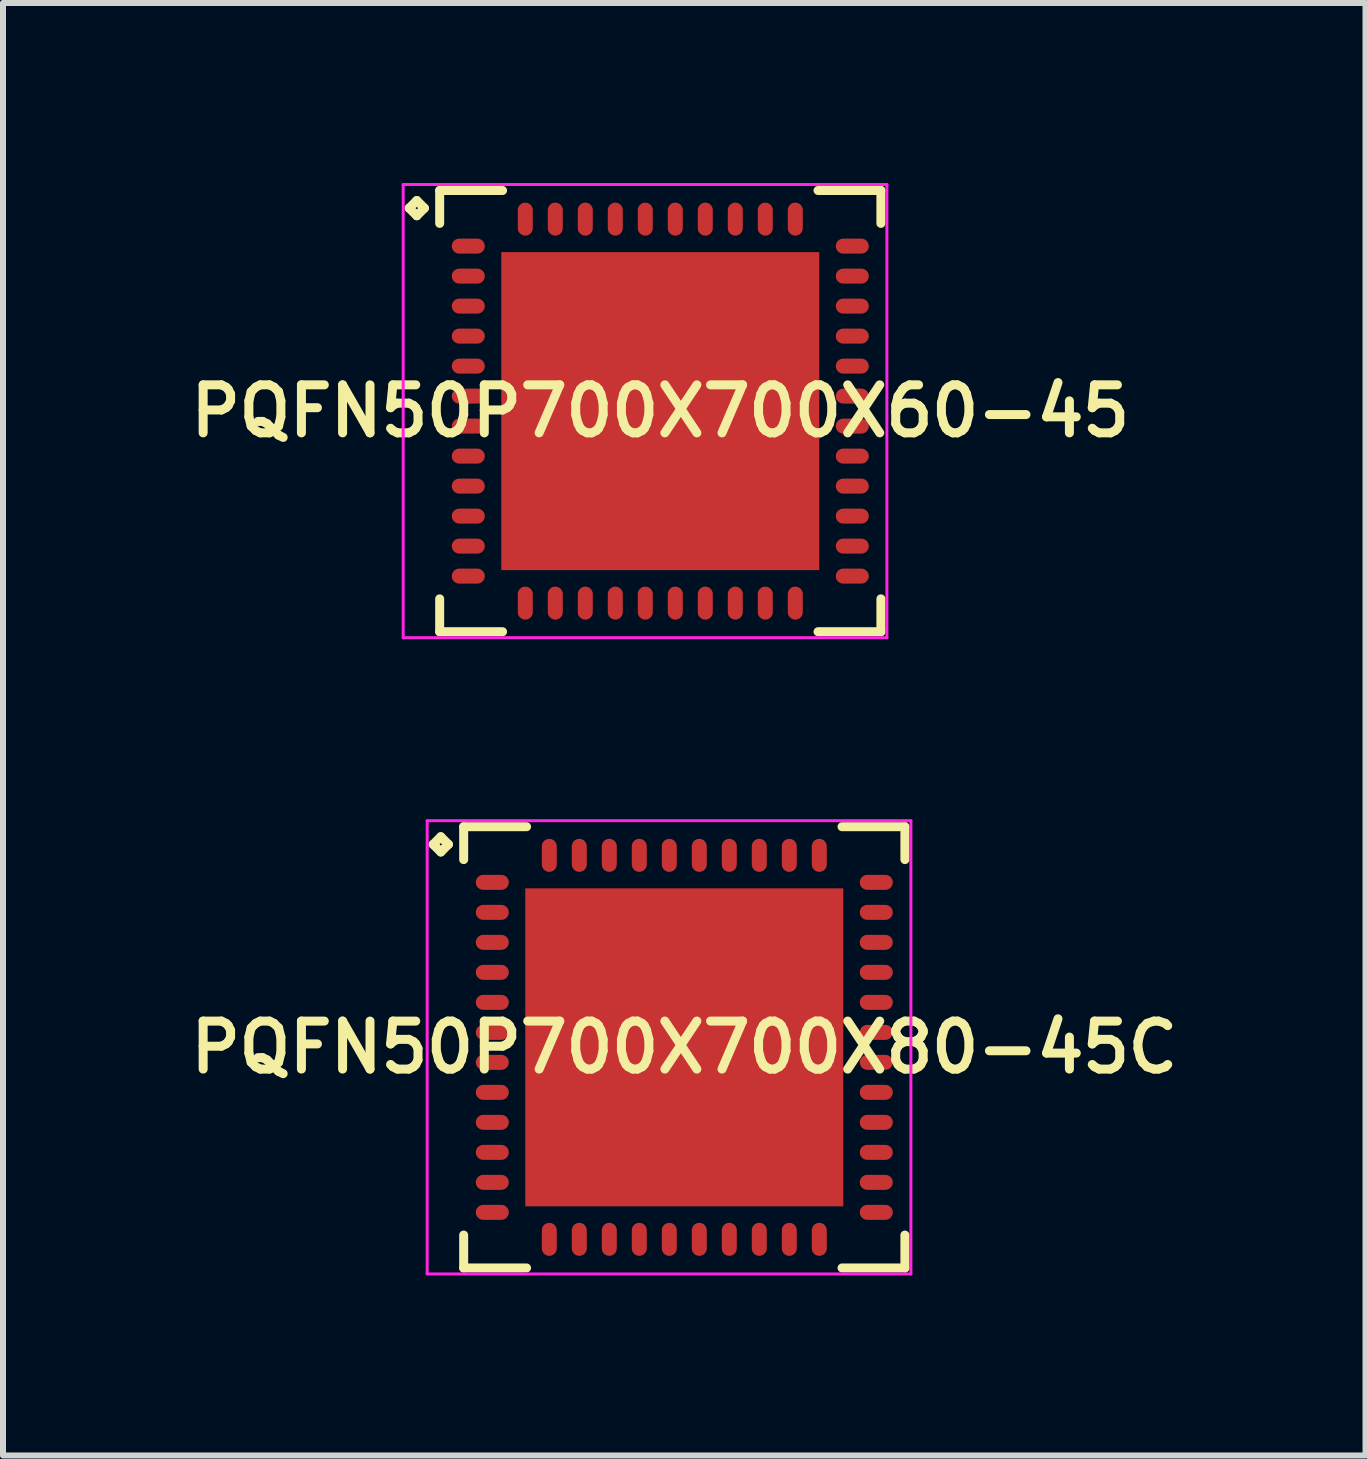
<source format=kicad_pcb>
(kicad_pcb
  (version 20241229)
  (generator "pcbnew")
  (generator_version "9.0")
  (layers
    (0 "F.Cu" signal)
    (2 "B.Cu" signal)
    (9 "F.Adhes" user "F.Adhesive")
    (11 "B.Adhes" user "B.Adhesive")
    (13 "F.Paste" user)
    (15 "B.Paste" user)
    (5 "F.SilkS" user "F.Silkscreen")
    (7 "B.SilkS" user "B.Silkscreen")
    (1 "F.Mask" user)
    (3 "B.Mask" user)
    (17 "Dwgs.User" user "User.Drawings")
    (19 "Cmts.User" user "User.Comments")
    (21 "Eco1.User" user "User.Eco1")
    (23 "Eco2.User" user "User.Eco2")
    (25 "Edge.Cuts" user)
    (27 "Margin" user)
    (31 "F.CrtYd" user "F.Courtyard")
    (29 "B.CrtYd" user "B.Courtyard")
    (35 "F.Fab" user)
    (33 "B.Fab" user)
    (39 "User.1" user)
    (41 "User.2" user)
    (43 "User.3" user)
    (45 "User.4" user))
  (footprint "PQFN50P700X700X80-45C"
    (layer "F.Cu")
    (at 8.355 14.406)
    (property "Reference" "PQFN50P700X700X80-45C" (at 0 0 0) (layer "F.SilkS") (effects (font (size 0.8 0.8) (thickness 0.15))))
    (attr smd)
    (fp_line (start -4.185 -3.383) (end -4.058 -3.51) (stroke (width 0.15) (type solid)) (layer "F.SilkS"))
    (fp_line (start -4.058 -3.51) (end -3.931 -3.383) (stroke (width 0.15) (type solid)) (layer "F.SilkS"))
    (fp_line (start -4.058 -3.256) (end -4.185 -3.383) (stroke (width 0.15) (type solid)) (layer "F.SilkS"))
    (fp_line (start -3.931 -3.383) (end -4.058 -3.256) (stroke (width 0.15) (type solid)) (layer "F.SilkS"))
    (fp_line (start -3.677 -3.677) (end -2.629 -3.677) (stroke (width 0.15) (type solid)) (layer "F.SilkS"))
    (fp_line (start -3.677 -3.129) (end -3.677 -3.677) (stroke (width 0.15) (type solid)) (layer "F.SilkS"))
    (fp_line (start -3.677 3.129) (end -3.677 3.677) (stroke (width 0.15) (type solid)) (layer "F.SilkS"))
    (fp_line (start -3.677 3.677) (end -2.629 3.677) (stroke (width 0.15) (type solid)) (layer "F.SilkS"))
    (fp_line (start 2.629 -3.677) (end 3.677 -3.677) (stroke (width 0.15) (type solid)) (layer "F.SilkS"))
    (fp_line (start 2.629 3.677) (end 3.677 3.677) (stroke (width 0.15) (type solid)) (layer "F.SilkS"))
    (fp_line (start 3.677 -3.677) (end 3.677 -3.129) (stroke (width 0.15) (type solid)) (layer "F.SilkS"))
    (fp_line (start 3.677 3.677) (end 3.677 3.129) (stroke (width 0.15) (type solid)) (layer "F.SilkS"))
    (fp_line (start -4.285 -3.777) (end 3.777 -3.777) (stroke (width 0.05) (type solid)) (layer "F.CrtYd"))
    (fp_line (start -4.285 3.777) (end -4.285 -3.777) (stroke (width 0.05) (type solid)) (layer "F.CrtYd"))
    (fp_line (start 3.777 -3.777) (end 3.777 3.777) (stroke (width 0.05) (type solid)) (layer "F.CrtYd"))
    (fp_line (start 3.777 3.777) (end -4.285 3.777) (stroke (width 0.05) (type solid)) (layer "F.CrtYd"))
    (pad "1" smd oval (at -3.2 -2.75) (size 0.55 0.25) (layers "F.Cu" "F.Mask" "F.Paste"))
    (pad "2" smd oval (at -3.2 -2.25) (size 0.55 0.25) (layers "F.Cu" "F.Mask" "F.Paste"))
    (pad "3" smd oval (at -3.2 -1.75) (size 0.55 0.25) (layers "F.Cu" "F.Mask" "F.Paste"))
    (pad "4" smd oval (at -3.2 -1.25) (size 0.55 0.25) (layers "F.Cu" "F.Mask" "F.Paste"))
    (pad "5" smd oval (at -3.2 -0.75) (size 0.55 0.25) (layers "F.Cu" "F.Mask" "F.Paste"))
    (pad "6" smd oval (at -3.2 -0.25) (size 0.55 0.25) (layers "F.Cu" "F.Mask" "F.Paste"))
    (pad "7" smd oval (at -3.2 0.25) (size 0.55 0.25) (layers "F.Cu" "F.Mask" "F.Paste"))
    (pad "8" smd oval (at -3.2 0.75) (size 0.55 0.25) (layers "F.Cu" "F.Mask" "F.Paste"))
    (pad "9" smd oval (at -3.2 1.25) (size 0.55 0.25) (layers "F.Cu" "F.Mask" "F.Paste"))
    (pad "10" smd oval (at -3.2 1.75) (size 0.55 0.25) (layers "F.Cu" "F.Mask" "F.Paste"))
    (pad "11" smd oval (at -3.2 2.25) (size 0.55 0.25) (layers "F.Cu" "F.Mask" "F.Paste"))
    (pad "12" smd oval (at -3.2 2.75) (size 0.55 0.25) (layers "F.Cu" "F.Mask" "F.Paste"))
    (pad "13" smd oval (at -2.25 3.2) (size 0.25 0.55) (layers "F.Cu" "F.Mask" "F.Paste"))
    (pad "14" smd oval (at -1.75 3.2) (size 0.25 0.55) (layers "F.Cu" "F.Mask" "F.Paste"))
    (pad "15" smd oval (at -1.25 3.2) (size 0.25 0.55) (layers "F.Cu" "F.Mask" "F.Paste"))
    (pad "16" smd oval (at -0.75 3.2) (size 0.25 0.55) (layers "F.Cu" "F.Mask" "F.Paste"))
    (pad "17" smd oval (at -0.25 3.2) (size 0.25 0.55) (layers "F.Cu" "F.Mask" "F.Paste"))
    (pad "18" smd oval (at 0.25 3.2) (size 0.25 0.55) (layers "F.Cu" "F.Mask" "F.Paste"))
    (pad "19" smd oval (at 0.75 3.2) (size 0.25 0.55) (layers "F.Cu" "F.Mask" "F.Paste"))
    (pad "20" smd oval (at 1.25 3.2) (size 0.25 0.55) (layers "F.Cu" "F.Mask" "F.Paste"))
    (pad "21" smd oval (at 1.75 3.2) (size 0.25 0.55) (layers "F.Cu" "F.Mask" "F.Paste"))
    (pad "22" smd oval (at 2.25 3.2) (size 0.25 0.55) (layers "F.Cu" "F.Mask" "F.Paste"))
    (pad "23" smd oval (at 3.2 2.75) (size 0.55 0.25) (layers "F.Cu" "F.Mask" "F.Paste"))
    (pad "24" smd oval (at 3.2 2.25) (size 0.55 0.25) (layers "F.Cu" "F.Mask" "F.Paste"))
    (pad "25" smd oval (at 3.2 1.75) (size 0.55 0.25) (layers "F.Cu" "F.Mask" "F.Paste"))
    (pad "26" smd oval (at 3.2 1.25) (size 0.55 0.25) (layers "F.Cu" "F.Mask" "F.Paste"))
    (pad "27" smd oval (at 3.2 0.75) (size 0.55 0.25) (layers "F.Cu" "F.Mask" "F.Paste"))
    (pad "28" smd oval (at 3.2 0.25) (size 0.55 0.25) (layers "F.Cu" "F.Mask" "F.Paste"))
    (pad "29" smd oval (at 3.2 -0.25) (size 0.55 0.25) (layers "F.Cu" "F.Mask" "F.Paste"))
    (pad "30" smd oval (at 3.2 -0.75) (size 0.55 0.25) (layers "F.Cu" "F.Mask" "F.Paste"))
    (pad "31" smd oval (at 3.2 -1.25) (size 0.55 0.25) (layers "F.Cu" "F.Mask" "F.Paste"))
    (pad "32" smd oval (at 3.2 -1.75) (size 0.55 0.25) (layers "F.Cu" "F.Mask" "F.Paste"))
    (pad "33" smd oval (at 3.2 -2.25) (size 0.55 0.25) (layers "F.Cu" "F.Mask" "F.Paste"))
    (pad "34" smd oval (at 3.2 -2.75) (size 0.55 0.25) (layers "F.Cu" "F.Mask" "F.Paste"))
    (pad "35" smd oval (at 2.25 -3.2) (size 0.25 0.55) (layers "F.Cu" "F.Mask" "F.Paste"))
    (pad "36" smd oval (at 1.75 -3.2) (size 0.25 0.55) (layers "F.Cu" "F.Mask" "F.Paste"))
    (pad "37" smd oval (at 1.25 -3.2) (size 0.25 0.55) (layers "F.Cu" "F.Mask" "F.Paste"))
    (pad "38" smd oval (at 0.75 -3.2) (size 0.25 0.55) (layers "F.Cu" "F.Mask" "F.Paste"))
    (pad "39" smd oval (at 0.25 -3.2) (size 0.25 0.55) (layers "F.Cu" "F.Mask" "F.Paste"))
    (pad "40" smd oval (at -0.25 -3.2) (size 0.25 0.55) (layers "F.Cu" "F.Mask" "F.Paste"))
    (pad "41" smd oval (at -0.75 -3.2) (size 0.25 0.55) (layers "F.Cu" "F.Mask" "F.Paste"))
    (pad "42" smd oval (at -1.25 -3.2) (size 0.25 0.55) (layers "F.Cu" "F.Mask" "F.Paste"))
    (pad "43" smd oval (at -1.75 -3.2) (size 0.25 0.55) (layers "F.Cu" "F.Mask" "F.Paste"))
    (pad "44" smd oval (at -2.25 -3.2) (size 0.25 0.55) (layers "F.Cu" "F.Mask" "F.Paste"))
    (pad "45" smd rect (at 0 0) (size 5.3 5.3) (layers "F.Cu" "F.Mask" "F.Paste")))
  (footprint "PQFN50P700X700X60-45"
    (layer "F.Cu")
    (at 7.955 3.802)
    (property "Reference" "PQFN50P700X700X60-45" (at 0 0 0) (layer "F.SilkS") (effects (font (size 0.8 0.8) (thickness 0.15))))
    (attr smd)
    (fp_line (start -4.185 -3.383) (end -4.058 -3.51) (stroke (width 0.15) (type solid)) (layer "F.SilkS"))
    (fp_line (start -4.058 -3.51) (end -3.931 -3.383) (stroke (width 0.15) (type solid)) (layer "F.SilkS"))
    (fp_line (start -4.058 -3.256) (end -4.185 -3.383) (stroke (width 0.15) (type solid)) (layer "F.SilkS"))
    (fp_line (start -3.931 -3.383) (end -4.058 -3.256) (stroke (width 0.15) (type solid)) (layer "F.SilkS"))
    (fp_line (start -3.677 -3.677) (end -2.629 -3.677) (stroke (width 0.15) (type solid)) (layer "F.SilkS"))
    (fp_line (start -3.677 -3.129) (end -3.677 -3.677) (stroke (width 0.15) (type solid)) (layer "F.SilkS"))
    (fp_line (start -3.677 3.129) (end -3.677 3.677) (stroke (width 0.15) (type solid)) (layer "F.SilkS"))
    (fp_line (start -3.677 3.677) (end -2.629 3.677) (stroke (width 0.15) (type solid)) (layer "F.SilkS"))
    (fp_line (start 2.629 -3.677) (end 3.677 -3.677) (stroke (width 0.15) (type solid)) (layer "F.SilkS"))
    (fp_line (start 2.629 3.677) (end 3.677 3.677) (stroke (width 0.15) (type solid)) (layer "F.SilkS"))
    (fp_line (start 3.677 -3.677) (end 3.677 -3.129) (stroke (width 0.15) (type solid)) (layer "F.SilkS"))
    (fp_line (start 3.677 3.677) (end 3.677 3.129) (stroke (width 0.15) (type solid)) (layer "F.SilkS"))
    (fp_line (start -4.285 -3.777) (end 3.777 -3.777) (stroke (width 0.05) (type solid)) (layer "F.CrtYd"))
    (fp_line (start -4.285 3.777) (end -4.285 -3.777) (stroke (width 0.05) (type solid)) (layer "F.CrtYd"))
    (fp_line (start 3.777 -3.777) (end 3.777 3.777) (stroke (width 0.05) (type solid)) (layer "F.CrtYd"))
    (fp_line (start 3.777 3.777) (end -4.285 3.777) (stroke (width 0.05) (type solid)) (layer "F.CrtYd"))
    (pad "1" smd oval (at -3.2 -2.75) (size 0.55 0.25) (layers "F.Cu" "F.Mask" "F.Paste"))
    (pad "2" smd oval (at -3.2 -2.25) (size 0.55 0.25) (layers "F.Cu" "F.Mask" "F.Paste"))
    (pad "3" smd oval (at -3.2 -1.75) (size 0.55 0.25) (layers "F.Cu" "F.Mask" "F.Paste"))
    (pad "4" smd oval (at -3.2 -1.25) (size 0.55 0.25) (layers "F.Cu" "F.Mask" "F.Paste"))
    (pad "5" smd oval (at -3.2 -0.75) (size 0.55 0.25) (layers "F.Cu" "F.Mask" "F.Paste"))
    (pad "6" smd oval (at -3.2 -0.25) (size 0.55 0.25) (layers "F.Cu" "F.Mask" "F.Paste"))
    (pad "7" smd oval (at -3.2 0.25) (size 0.55 0.25) (layers "F.Cu" "F.Mask" "F.Paste"))
    (pad "8" smd oval (at -3.2 0.75) (size 0.55 0.25) (layers "F.Cu" "F.Mask" "F.Paste"))
    (pad "9" smd oval (at -3.2 1.25) (size 0.55 0.25) (layers "F.Cu" "F.Mask" "F.Paste"))
    (pad "10" smd oval (at -3.2 1.75) (size 0.55 0.25) (layers "F.Cu" "F.Mask" "F.Paste"))
    (pad "11" smd oval (at -3.2 2.25) (size 0.55 0.25) (layers "F.Cu" "F.Mask" "F.Paste"))
    (pad "12" smd oval (at -3.2 2.75) (size 0.55 0.25) (layers "F.Cu" "F.Mask" "F.Paste"))
    (pad "13" smd oval (at -2.25 3.2) (size 0.25 0.55) (layers "F.Cu" "F.Mask" "F.Paste"))
    (pad "14" smd oval (at -1.75 3.2) (size 0.25 0.55) (layers "F.Cu" "F.Mask" "F.Paste"))
    (pad "15" smd oval (at -1.25 3.2) (size 0.25 0.55) (layers "F.Cu" "F.Mask" "F.Paste"))
    (pad "16" smd oval (at -0.75 3.2) (size 0.25 0.55) (layers "F.Cu" "F.Mask" "F.Paste"))
    (pad "17" smd oval (at -0.25 3.2) (size 0.25 0.55) (layers "F.Cu" "F.Mask" "F.Paste"))
    (pad "18" smd oval (at 0.25 3.2) (size 0.25 0.55) (layers "F.Cu" "F.Mask" "F.Paste"))
    (pad "19" smd oval (at 0.75 3.2) (size 0.25 0.55) (layers "F.Cu" "F.Mask" "F.Paste"))
    (pad "20" smd oval (at 1.25 3.2) (size 0.25 0.55) (layers "F.Cu" "F.Mask" "F.Paste"))
    (pad "21" smd oval (at 1.75 3.2) (size 0.25 0.55) (layers "F.Cu" "F.Mask" "F.Paste"))
    (pad "22" smd oval (at 2.25 3.2) (size 0.25 0.55) (layers "F.Cu" "F.Mask" "F.Paste"))
    (pad "23" smd oval (at 3.2 2.75) (size 0.55 0.25) (layers "F.Cu" "F.Mask" "F.Paste"))
    (pad "24" smd oval (at 3.2 2.25) (size 0.55 0.25) (layers "F.Cu" "F.Mask" "F.Paste"))
    (pad "25" smd oval (at 3.2 1.75) (size 0.55 0.25) (layers "F.Cu" "F.Mask" "F.Paste"))
    (pad "26" smd oval (at 3.2 1.25) (size 0.55 0.25) (layers "F.Cu" "F.Mask" "F.Paste"))
    (pad "27" smd oval (at 3.2 0.75) (size 0.55 0.25) (layers "F.Cu" "F.Mask" "F.Paste"))
    (pad "28" smd oval (at 3.2 0.25) (size 0.55 0.25) (layers "F.Cu" "F.Mask" "F.Paste"))
    (pad "29" smd oval (at 3.2 -0.25) (size 0.55 0.25) (layers "F.Cu" "F.Mask" "F.Paste"))
    (pad "30" smd oval (at 3.2 -0.75) (size 0.55 0.25) (layers "F.Cu" "F.Mask" "F.Paste"))
    (pad "31" smd oval (at 3.2 -1.25) (size 0.55 0.25) (layers "F.Cu" "F.Mask" "F.Paste"))
    (pad "32" smd oval (at 3.2 -1.75) (size 0.55 0.25) (layers "F.Cu" "F.Mask" "F.Paste"))
    (pad "33" smd oval (at 3.2 -2.25) (size 0.55 0.25) (layers "F.Cu" "F.Mask" "F.Paste"))
    (pad "34" smd oval (at 3.2 -2.75) (size 0.55 0.25) (layers "F.Cu" "F.Mask" "F.Paste"))
    (pad "35" smd oval (at 2.25 -3.2) (size 0.25 0.55) (layers "F.Cu" "F.Mask" "F.Paste"))
    (pad "36" smd oval (at 1.75 -3.2) (size 0.25 0.55) (layers "F.Cu" "F.Mask" "F.Paste"))
    (pad "37" smd oval (at 1.25 -3.2) (size 0.25 0.55) (layers "F.Cu" "F.Mask" "F.Paste"))
    (pad "38" smd oval (at 0.75 -3.2) (size 0.25 0.55) (layers "F.Cu" "F.Mask" "F.Paste"))
    (pad "39" smd oval (at 0.25 -3.2) (size 0.25 0.55) (layers "F.Cu" "F.Mask" "F.Paste"))
    (pad "40" smd oval (at -0.25 -3.2) (size 0.25 0.55) (layers "F.Cu" "F.Mask" "F.Paste"))
    (pad "41" smd oval (at -0.75 -3.2) (size 0.25 0.55) (layers "F.Cu" "F.Mask" "F.Paste"))
    (pad "42" smd oval (at -1.25 -3.2) (size 0.25 0.55) (layers "F.Cu" "F.Mask" "F.Paste"))
    (pad "43" smd oval (at -1.75 -3.2) (size 0.25 0.55) (layers "F.Cu" "F.Mask" "F.Paste"))
    (pad "44" smd oval (at -2.25 -3.2) (size 0.25 0.55) (layers "F.Cu" "F.Mask" "F.Paste"))
    (pad "45" smd rect (at 0 0) (size 5.3 5.3) (layers "F.Cu" "F.Mask" "F.Paste")))
  (gr_rect
    (start -3 -3)
    (end 19.709 21.208)
    (stroke (width 0.1) (type default))
    (fill no)
    (layer "Edge.Cuts")))
</source>
